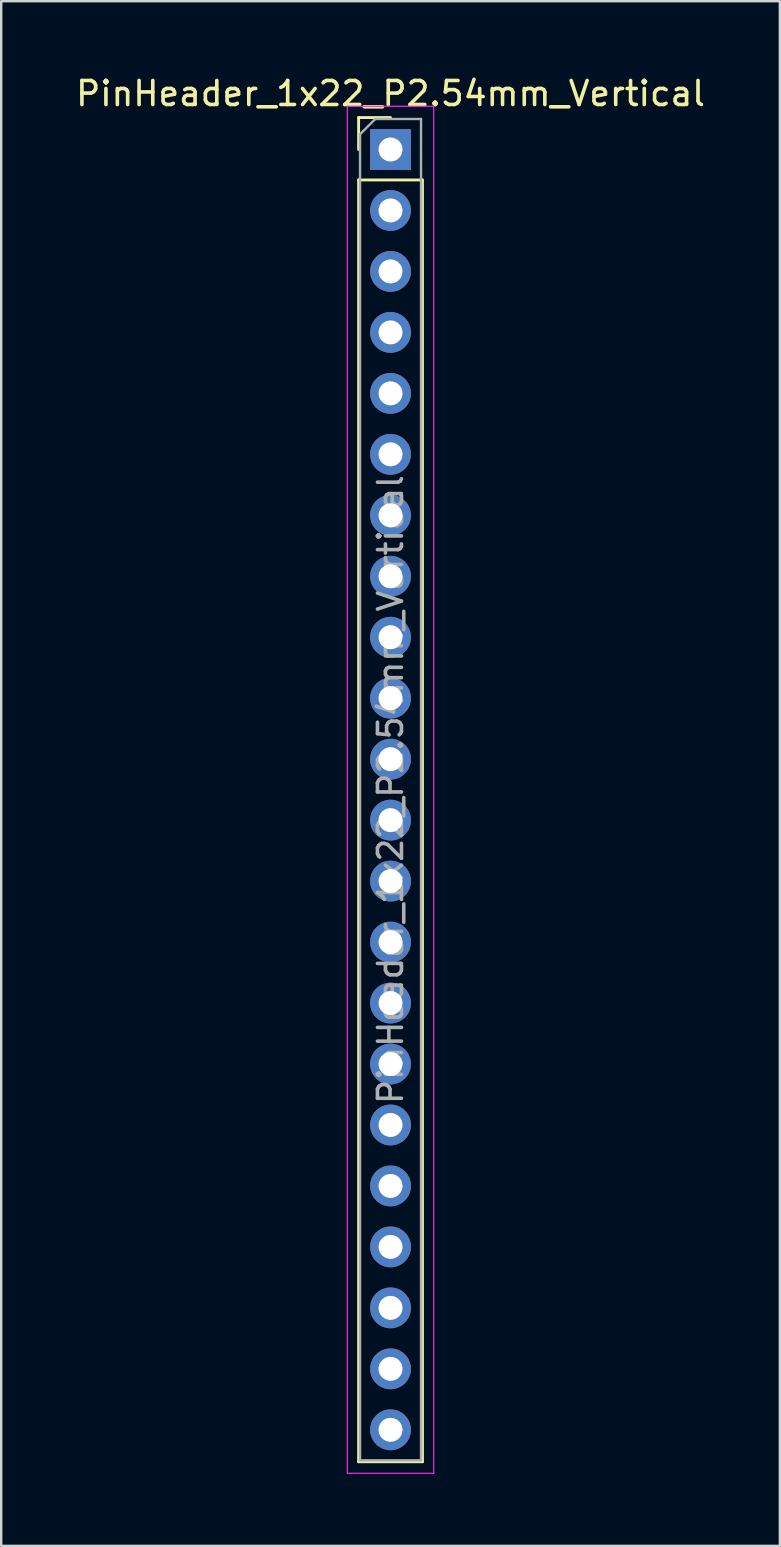
<source format=kicad_pcb>
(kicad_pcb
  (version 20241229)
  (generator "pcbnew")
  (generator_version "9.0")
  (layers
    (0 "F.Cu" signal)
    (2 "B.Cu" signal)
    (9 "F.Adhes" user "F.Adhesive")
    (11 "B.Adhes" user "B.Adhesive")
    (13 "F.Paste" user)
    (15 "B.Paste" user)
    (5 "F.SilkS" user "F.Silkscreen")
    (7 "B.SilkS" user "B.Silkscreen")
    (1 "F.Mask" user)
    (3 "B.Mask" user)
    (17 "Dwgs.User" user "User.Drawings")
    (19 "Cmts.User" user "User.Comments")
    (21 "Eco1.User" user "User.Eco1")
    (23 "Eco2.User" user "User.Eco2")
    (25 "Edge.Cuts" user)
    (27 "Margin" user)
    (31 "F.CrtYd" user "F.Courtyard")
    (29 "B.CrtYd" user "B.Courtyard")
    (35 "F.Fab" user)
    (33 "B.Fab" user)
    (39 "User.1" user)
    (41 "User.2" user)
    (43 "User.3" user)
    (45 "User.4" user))
  (footprint "PinHeader_1x22_P2.54mm_Vertical"
    (layer "F.Cu")
    (at 13.22 3.178)
    (property "Reference" "PinHeader_1x22_P2.54mm_Vertical" (at 0 -2.33 0) (layer "F.SilkS") (effects (font (size 1 1) (thickness 0.15))))
    (attr through_hole)
    (fp_line (start -1.33 -1.33) (end 0 -1.33) (stroke (width 0.12) (type solid)) (layer "F.SilkS"))
    (fp_line (start -1.33 0) (end -1.33 -1.33) (stroke (width 0.12) (type solid)) (layer "F.SilkS"))
    (fp_line (start -1.33 1.27) (end -1.33 54.67) (stroke (width 0.12) (type solid)) (layer "F.SilkS"))
    (fp_line (start -1.33 1.27) (end 1.33 1.27) (stroke (width 0.12) (type solid)) (layer "F.SilkS"))
    (fp_line (start -1.33 54.67) (end 1.33 54.67) (stroke (width 0.12) (type solid)) (layer "F.SilkS"))
    (fp_line (start 1.33 1.27) (end 1.33 54.67) (stroke (width 0.12) (type solid)) (layer "F.SilkS"))
    (fp_line (start -1.8 -1.8) (end -1.8 55.15) (stroke (width 0.05) (type solid)) (layer "F.CrtYd"))
    (fp_line (start -1.8 55.15) (end 1.8 55.15) (stroke (width 0.05) (type solid)) (layer "F.CrtYd"))
    (fp_line (start 1.8 -1.8) (end -1.8 -1.8) (stroke (width 0.05) (type solid)) (layer "F.CrtYd"))
    (fp_line (start 1.8 55.15) (end 1.8 -1.8) (stroke (width 0.05) (type solid)) (layer "F.CrtYd"))
    (fp_line (start -1.27 -0.635) (end -0.635 -1.27) (stroke (width 0.1) (type solid)) (layer "F.Fab"))
    (fp_line (start -1.27 54.61) (end -1.27 -0.635) (stroke (width 0.1) (type solid)) (layer "F.Fab"))
    (fp_line (start -0.635 -1.27) (end 1.27 -1.27) (stroke (width 0.1) (type solid)) (layer "F.Fab"))
    (fp_line (start 1.27 -1.27) (end 1.27 54.61) (stroke (width 0.1) (type solid)) (layer "F.Fab"))
    (fp_line (start 1.27 54.61) (end -1.27 54.61) (stroke (width 0.1) (type solid)) (layer "F.Fab"))
    (fp_text user "${REFERENCE}" (at 0 26.67 90) (layer "F.Fab") (effects (font (size 1 1) (thickness 0.15))))
    (pad "1" thru_hole rect (at 0 0) (size 1.7 1.7) (drill 1) (layers "*.Cu" "*.Mask"))
    (pad "2" thru_hole oval (at 0 2.54) (size 1.7 1.7) (drill 1) (layers "*.Cu" "*.Mask"))
    (pad "3" thru_hole oval (at 0 5.08) (size 1.7 1.7) (drill 1) (layers "*.Cu" "*.Mask"))
    (pad "4" thru_hole oval (at 0 7.62) (size 1.7 1.7) (drill 1) (layers "*.Cu" "*.Mask"))
    (pad "5" thru_hole oval (at 0 10.16) (size 1.7 1.7) (drill 1) (layers "*.Cu" "*.Mask"))
    (pad "6" thru_hole oval (at 0 12.7) (size 1.7 1.7) (drill 1) (layers "*.Cu" "*.Mask"))
    (pad "7" thru_hole oval (at 0 15.24) (size 1.7 1.7) (drill 1) (layers "*.Cu" "*.Mask"))
    (pad "8" thru_hole oval (at 0 17.78) (size 1.7 1.7) (drill 1) (layers "*.Cu" "*.Mask"))
    (pad "9" thru_hole oval (at 0 20.32) (size 1.7 1.7) (drill 1) (layers "*.Cu" "*.Mask"))
    (pad "10" thru_hole oval (at 0 22.86) (size 1.7 1.7) (drill 1) (layers "*.Cu" "*.Mask"))
    (pad "11" thru_hole oval (at 0 25.4) (size 1.7 1.7) (drill 1) (layers "*.Cu" "*.Mask"))
    (pad "12" thru_hole oval (at 0 27.94) (size 1.7 1.7) (drill 1) (layers "*.Cu" "*.Mask"))
    (pad "13" thru_hole oval (at 0 30.48) (size 1.7 1.7) (drill 1) (layers "*.Cu" "*.Mask"))
    (pad "14" thru_hole oval (at 0 33.02) (size 1.7 1.7) (drill 1) (layers "*.Cu" "*.Mask"))
    (pad "15" thru_hole oval (at 0 35.56) (size 1.7 1.7) (drill 1) (layers "*.Cu" "*.Mask"))
    (pad "16" thru_hole oval (at 0 38.1) (size 1.7 1.7) (drill 1) (layers "*.Cu" "*.Mask"))
    (pad "17" thru_hole oval (at 0 40.64) (size 1.7 1.7) (drill 1) (layers "*.Cu" "*.Mask"))
    (pad "18" thru_hole oval (at 0 43.18) (size 1.7 1.7) (drill 1) (layers "*.Cu" "*.Mask"))
    (pad "19" thru_hole oval (at 0 45.72) (size 1.7 1.7) (drill 1) (layers "*.Cu" "*.Mask"))
    (pad "20" thru_hole oval (at 0 48.26) (size 1.7 1.7) (drill 1) (layers "*.Cu" "*.Mask"))
    (pad "21" thru_hole oval (at 0 50.8) (size 1.7 1.7) (drill 1) (layers "*.Cu" "*.Mask"))
    (pad "22" thru_hole oval (at 0 53.34) (size 1.7 1.7) (drill 1) (layers "*.Cu" "*.Mask")))
  (gr_rect
    (start -3 -3)
    (end 29.44 61.353)
    (stroke (width 0.1) (type default))
    (fill no)
    (layer "Edge.Cuts")))
</source>
